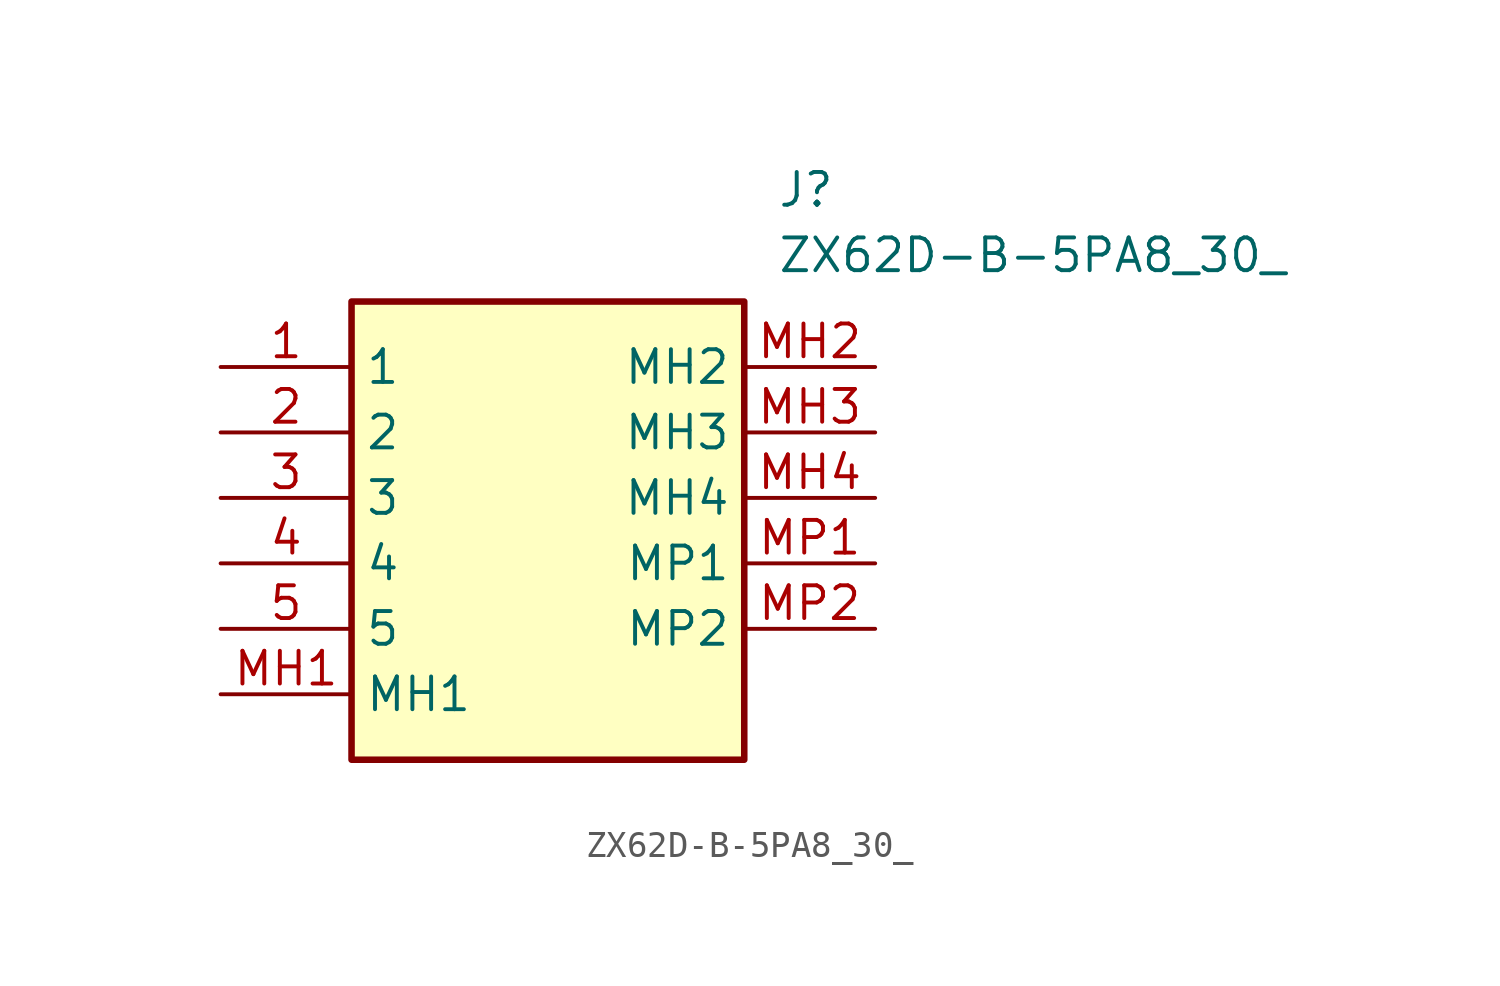
<source format=kicad_sym>
(kicad_symbol_lib
  (version 20220914)
  (generator kicad_symbol_editor)
  (symbol "ZX62D-B-5PA8_30_"
    (property "Reference" "J"
      (at 21.59 7.62 0)
      (effects (font (size 1.27 1.27)) (justify left top)))
    (property "Value" "ZX62D-B-5PA8_30_"
      (at 21.59 5.08 0)
      (effects (font (size 1.27 1.27)) (justify left top)))
    (symbol "ZX62D-B-5PA8_30__1_1"
      (rectangle (start 5.08 2.54) (end 20.32 -15.24) (stroke (width 0.254) (type default)) (fill (type background)))
      (pin passive line (at 0 0 0) (length 5.08) (name "1" (effects (font (size 1.27 1.27)))) (number "1" (effects (font (size 1.27 1.27)))))
      (pin passive line (at 0 -2.54 0) (length 5.08) (name "2" (effects (font (size 1.27 1.27)))) (number "2" (effects (font (size 1.27 1.27)))))
      (pin passive line (at 0 -5.08 0) (length 5.08) (name "3" (effects (font (size 1.27 1.27)))) (number "3" (effects (font (size 1.27 1.27)))))
      (pin passive line (at 0 -7.62 0) (length 5.08) (name "4" (effects (font (size 1.27 1.27)))) (number "4" (effects (font (size 1.27 1.27)))))
      (pin passive line (at 0 -10.16 0) (length 5.08) (name "5" (effects (font (size 1.27 1.27)))) (number "5" (effects (font (size 1.27 1.27)))))
      (pin passive line (at 0 -12.7 0) (length 5.08) (name "MH1" (effects (font (size 1.27 1.27)))) (number "MH1" (effects (font (size 1.27 1.27)))))
      (pin passive line (at 25.4 0 180) (length 5.08) (name "MH2" (effects (font (size 1.27 1.27)))) (number "MH2" (effects (font (size 1.27 1.27)))))
      (pin passive line (at 25.4 -2.54 180) (length 5.08) (name "MH3" (effects (font (size 1.27 1.27)))) (number "MH3" (effects (font (size 1.27 1.27)))))
      (pin passive line (at 25.4 -5.08 180) (length 5.08) (name "MH4" (effects (font (size 1.27 1.27)))) (number "MH4" (effects (font (size 1.27 1.27)))))
      (pin passive line (at 25.4 -7.62 180) (length 5.08) (name "MP1" (effects (font (size 1.27 1.27)))) (number "MP1" (effects (font (size 1.27 1.27)))))
      (pin passive line (at 25.4 -10.16 180) (length 5.08) (name "MP2" (effects (font (size 1.27 1.27)))) (number "MP2" (effects (font (size 1.27 1.27))))))))
</source>
